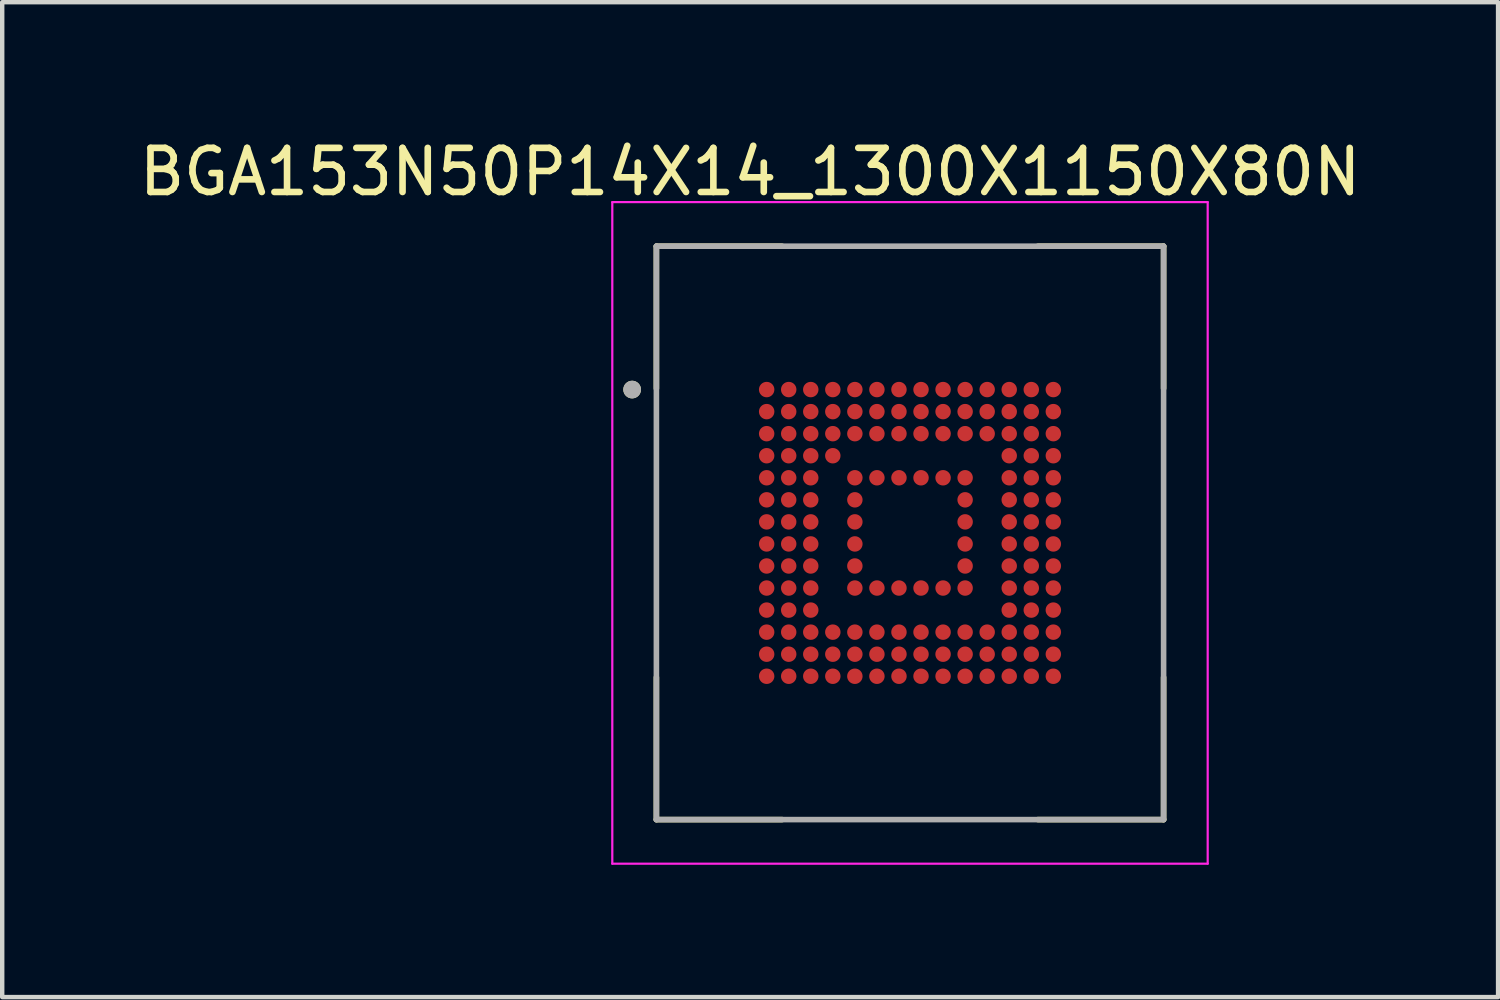
<source format=kicad_pcb>
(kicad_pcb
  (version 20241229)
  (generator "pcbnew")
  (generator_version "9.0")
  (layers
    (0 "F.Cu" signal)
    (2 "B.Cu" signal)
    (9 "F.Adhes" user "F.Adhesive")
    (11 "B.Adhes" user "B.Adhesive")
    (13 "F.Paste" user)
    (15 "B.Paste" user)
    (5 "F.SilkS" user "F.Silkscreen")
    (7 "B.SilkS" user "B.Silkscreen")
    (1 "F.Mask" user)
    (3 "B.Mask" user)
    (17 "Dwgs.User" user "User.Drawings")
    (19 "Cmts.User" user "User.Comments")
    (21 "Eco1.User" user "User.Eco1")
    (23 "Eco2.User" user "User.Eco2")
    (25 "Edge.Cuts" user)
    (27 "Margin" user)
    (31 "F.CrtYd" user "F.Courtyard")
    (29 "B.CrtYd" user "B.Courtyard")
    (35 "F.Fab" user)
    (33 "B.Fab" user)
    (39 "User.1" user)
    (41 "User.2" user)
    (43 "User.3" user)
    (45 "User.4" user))
  (footprint "BGA153N50P14X14_1300X1150X80N"
    (layer "F.Cu")
    (at 17.583 9.033)
    (property "Reference" "BGA153N50P14X14_1300X1150X80N" (at -3.625 -8.185 0) (layer "F.SilkS") (effects (font (size 1 1) (thickness 0.15))))
    (attr through_hole)
    (fp_line (start -5.75 -6.5) (end -5.75 -3.275) (stroke (width 0.127) (type solid)) (layer "F.SilkS"))
    (fp_line (start -5.75 -6.5) (end -2.9 -6.5) (stroke (width 0.127) (type solid)) (layer "F.SilkS"))
    (fp_line (start -5.75 6.5) (end -5.75 3.275) (stroke (width 0.127) (type solid)) (layer "F.SilkS"))
    (fp_line (start -5.75 6.5) (end -2.9 6.5) (stroke (width 0.127) (type solid)) (layer "F.SilkS"))
    (fp_line (start 5.75 -6.5) (end 2.9 -6.5) (stroke (width 0.127) (type solid)) (layer "F.SilkS"))
    (fp_line (start 5.75 -6.5) (end 5.75 -3.275) (stroke (width 0.127) (type solid)) (layer "F.SilkS"))
    (fp_line (start 5.75 6.5) (end 2.9 6.5) (stroke (width 0.127) (type solid)) (layer "F.SilkS"))
    (fp_line (start 5.75 6.5) (end 5.75 3.275) (stroke (width 0.127) (type solid)) (layer "F.SilkS"))
    (fp_circle (center -6.3 -3.25) (end -6.2 -3.25) (stroke (width 0.2) (type solid)) (fill no) (layer "F.SilkS"))
    (fp_line (start -6.75 -7.5) (end 6.75 -7.5) (stroke (width 0.05) (type solid)) (layer "F.CrtYd"))
    (fp_line (start -6.75 7.5) (end -6.75 -7.5) (stroke (width 0.05) (type solid)) (layer "F.CrtYd"))
    (fp_line (start -6.75 7.5) (end 6.75 7.5) (stroke (width 0.05) (type solid)) (layer "F.CrtYd"))
    (fp_line (start 6.75 7.5) (end 6.75 -7.5) (stroke (width 0.05) (type solid)) (layer "F.CrtYd"))
    (fp_line (start -5.75 6.5) (end -5.75 -6.5) (stroke (width 0.127) (type solid)) (layer "F.Fab"))
    (fp_line (start 5.75 -6.5) (end -5.75 -6.5) (stroke (width 0.127) (type solid)) (layer "F.Fab"))
    (fp_line (start 5.75 6.5) (end -5.75 6.5) (stroke (width 0.127) (type solid)) (layer "F.Fab"))
    (fp_line (start 5.75 6.5) (end 5.75 -6.5) (stroke (width 0.127) (type solid)) (layer "F.Fab"))
    (fp_circle (center -6.3 -3.25) (end -6.2 -3.25) (stroke (width 0.2) (type solid)) (fill no) (layer "F.Fab"))
    (pad "A1" smd circle (at -3.25 -3.25) (size 0.35 0.35) (layers "F.Cu" "F.Mask" "F.Paste"))
    (pad "A2" smd circle (at -2.75 -3.25) (size 0.35 0.35) (layers "F.Cu" "F.Mask" "F.Paste"))
    (pad "A3" smd circle (at -2.25 -3.25) (size 0.35 0.35) (layers "F.Cu" "F.Mask" "F.Paste"))
    (pad "A4" smd circle (at -1.75 -3.25) (size 0.35 0.35) (layers "F.Cu" "F.Mask" "F.Paste"))
    (pad "A5" smd circle (at -1.25 -3.25) (size 0.35 0.35) (layers "F.Cu" "F.Mask" "F.Paste"))
    (pad "A6" smd circle (at -0.75 -3.25) (size 0.35 0.35) (layers "F.Cu" "F.Mask" "F.Paste"))
    (pad "A7" smd circle (at -0.25 -3.25) (size 0.35 0.35) (layers "F.Cu" "F.Mask" "F.Paste"))
    (pad "A8" smd circle (at 0.25 -3.25) (size 0.35 0.35) (layers "F.Cu" "F.Mask" "F.Paste"))
    (pad "A9" smd circle (at 0.75 -3.25) (size 0.35 0.35) (layers "F.Cu" "F.Mask" "F.Paste"))
    (pad "A10" smd circle (at 1.25 -3.25) (size 0.35 0.35) (layers "F.Cu" "F.Mask" "F.Paste"))
    (pad "A11" smd circle (at 1.75 -3.25) (size 0.35 0.35) (layers "F.Cu" "F.Mask" "F.Paste"))
    (pad "A12" smd circle (at 2.25 -3.25) (size 0.35 0.35) (layers "F.Cu" "F.Mask" "F.Paste"))
    (pad "A13" smd circle (at 2.75 -3.25) (size 0.35 0.35) (layers "F.Cu" "F.Mask" "F.Paste"))
    (pad "A14" smd circle (at 3.25 -3.25) (size 0.35 0.35) (layers "F.Cu" "F.Mask" "F.Paste"))
    (pad "B1" smd circle (at -3.25 -2.75) (size 0.35 0.35) (layers "F.Cu" "F.Mask" "F.Paste"))
    (pad "B2" smd circle (at -2.75 -2.75) (size 0.35 0.35) (layers "F.Cu" "F.Mask" "F.Paste"))
    (pad "B3" smd circle (at -2.25 -2.75) (size 0.35 0.35) (layers "F.Cu" "F.Mask" "F.Paste"))
    (pad "B4" smd circle (at -1.75 -2.75) (size 0.35 0.35) (layers "F.Cu" "F.Mask" "F.Paste"))
    (pad "B5" smd circle (at -1.25 -2.75) (size 0.35 0.35) (layers "F.Cu" "F.Mask" "F.Paste"))
    (pad "B6" smd circle (at -0.75 -2.75) (size 0.35 0.35) (layers "F.Cu" "F.Mask" "F.Paste"))
    (pad "B7" smd circle (at -0.25 -2.75) (size 0.35 0.35) (layers "F.Cu" "F.Mask" "F.Paste"))
    (pad "B8" smd circle (at 0.25 -2.75) (size 0.35 0.35) (layers "F.Cu" "F.Mask" "F.Paste"))
    (pad "B9" smd circle (at 0.75 -2.75) (size 0.35 0.35) (layers "F.Cu" "F.Mask" "F.Paste"))
    (pad "B10" smd circle (at 1.25 -2.75) (size 0.35 0.35) (layers "F.Cu" "F.Mask" "F.Paste"))
    (pad "B11" smd circle (at 1.75 -2.75) (size 0.35 0.35) (layers "F.Cu" "F.Mask" "F.Paste"))
    (pad "B12" smd circle (at 2.25 -2.75) (size 0.35 0.35) (layers "F.Cu" "F.Mask" "F.Paste"))
    (pad "B13" smd circle (at 2.75 -2.75) (size 0.35 0.35) (layers "F.Cu" "F.Mask" "F.Paste"))
    (pad "B14" smd circle (at 3.25 -2.75) (size 0.35 0.35) (layers "F.Cu" "F.Mask" "F.Paste"))
    (pad "C1" smd circle (at -3.25 -2.25) (size 0.35 0.35) (layers "F.Cu" "F.Mask" "F.Paste"))
    (pad "C2" smd circle (at -2.75 -2.25) (size 0.35 0.35) (layers "F.Cu" "F.Mask" "F.Paste"))
    (pad "C3" smd circle (at -2.25 -2.25) (size 0.35 0.35) (layers "F.Cu" "F.Mask" "F.Paste"))
    (pad "C4" smd circle (at -1.75 -2.25) (size 0.35 0.35) (layers "F.Cu" "F.Mask" "F.Paste"))
    (pad "C5" smd circle (at -1.25 -2.25) (size 0.35 0.35) (layers "F.Cu" "F.Mask" "F.Paste"))
    (pad "C6" smd circle (at -0.75 -2.25) (size 0.35 0.35) (layers "F.Cu" "F.Mask" "F.Paste"))
    (pad "C7" smd circle (at -0.25 -2.25) (size 0.35 0.35) (layers "F.Cu" "F.Mask" "F.Paste"))
    (pad "C8" smd circle (at 0.25 -2.25) (size 0.35 0.35) (layers "F.Cu" "F.Mask" "F.Paste"))
    (pad "C9" smd circle (at 0.75 -2.25) (size 0.35 0.35) (layers "F.Cu" "F.Mask" "F.Paste"))
    (pad "C10" smd circle (at 1.25 -2.25) (size 0.35 0.35) (layers "F.Cu" "F.Mask" "F.Paste"))
    (pad "C11" smd circle (at 1.75 -2.25) (size 0.35 0.35) (layers "F.Cu" "F.Mask" "F.Paste"))
    (pad "C12" smd circle (at 2.25 -2.25) (size 0.35 0.35) (layers "F.Cu" "F.Mask" "F.Paste"))
    (pad "C13" smd circle (at 2.75 -2.25) (size 0.35 0.35) (layers "F.Cu" "F.Mask" "F.Paste"))
    (pad "C14" smd circle (at 3.25 -2.25) (size 0.35 0.35) (layers "F.Cu" "F.Mask" "F.Paste"))
    (pad "D1" smd circle (at -3.25 -1.75) (size 0.35 0.35) (layers "F.Cu" "F.Mask" "F.Paste"))
    (pad "D2" smd circle (at -2.75 -1.75) (size 0.35 0.35) (layers "F.Cu" "F.Mask" "F.Paste"))
    (pad "D3" smd circle (at -2.25 -1.75) (size 0.35 0.35) (layers "F.Cu" "F.Mask" "F.Paste"))
    (pad "D4" smd circle (at -1.75 -1.75) (size 0.35 0.35) (layers "F.Cu" "F.Mask" "F.Paste"))
    (pad "D12" smd circle (at 2.25 -1.75) (size 0.35 0.35) (layers "F.Cu" "F.Mask" "F.Paste"))
    (pad "D13" smd circle (at 2.75 -1.75) (size 0.35 0.35) (layers "F.Cu" "F.Mask" "F.Paste"))
    (pad "D14" smd circle (at 3.25 -1.75) (size 0.35 0.35) (layers "F.Cu" "F.Mask" "F.Paste"))
    (pad "E1" smd circle (at -3.25 -1.25) (size 0.35 0.35) (layers "F.Cu" "F.Mask" "F.Paste"))
    (pad "E2" smd circle (at -2.75 -1.25) (size 0.35 0.35) (layers "F.Cu" "F.Mask" "F.Paste"))
    (pad "E3" smd circle (at -2.25 -1.25) (size 0.35 0.35) (layers "F.Cu" "F.Mask" "F.Paste"))
    (pad "E5" smd circle (at -1.25 -1.25) (size 0.35 0.35) (layers "F.Cu" "F.Mask" "F.Paste"))
    (pad "E6" smd circle (at -0.75 -1.25) (size 0.35 0.35) (layers "F.Cu" "F.Mask" "F.Paste"))
    (pad "E7" smd circle (at -0.25 -1.25) (size 0.35 0.35) (layers "F.Cu" "F.Mask" "F.Paste"))
    (pad "E8" smd circle (at 0.25 -1.25) (size 0.35 0.35) (layers "F.Cu" "F.Mask" "F.Paste"))
    (pad "E9" smd circle (at 0.75 -1.25) (size 0.35 0.35) (layers "F.Cu" "F.Mask" "F.Paste"))
    (pad "E10" smd circle (at 1.25 -1.25) (size 0.35 0.35) (layers "F.Cu" "F.Mask" "F.Paste"))
    (pad "E12" smd circle (at 2.25 -1.25) (size 0.35 0.35) (layers "F.Cu" "F.Mask" "F.Paste"))
    (pad "E13" smd circle (at 2.75 -1.25) (size 0.35 0.35) (layers "F.Cu" "F.Mask" "F.Paste"))
    (pad "E14" smd circle (at 3.25 -1.25) (size 0.35 0.35) (layers "F.Cu" "F.Mask" "F.Paste"))
    (pad "F1" smd circle (at -3.25 -0.75) (size 0.35 0.35) (layers "F.Cu" "F.Mask" "F.Paste"))
    (pad "F2" smd circle (at -2.75 -0.75) (size 0.35 0.35) (layers "F.Cu" "F.Mask" "F.Paste"))
    (pad "F3" smd circle (at -2.25 -0.75) (size 0.35 0.35) (layers "F.Cu" "F.Mask" "F.Paste"))
    (pad "F5" smd circle (at -1.25 -0.75) (size 0.35 0.35) (layers "F.Cu" "F.Mask" "F.Paste"))
    (pad "F10" smd circle (at 1.25 -0.75) (size 0.35 0.35) (layers "F.Cu" "F.Mask" "F.Paste"))
    (pad "F12" smd circle (at 2.25 -0.75) (size 0.35 0.35) (layers "F.Cu" "F.Mask" "F.Paste"))
    (pad "F13" smd circle (at 2.75 -0.75) (size 0.35 0.35) (layers "F.Cu" "F.Mask" "F.Paste"))
    (pad "F14" smd circle (at 3.25 -0.75) (size 0.35 0.35) (layers "F.Cu" "F.Mask" "F.Paste"))
    (pad "G1" smd circle (at -3.25 -0.25) (size 0.35 0.35) (layers "F.Cu" "F.Mask" "F.Paste"))
    (pad "G2" smd circle (at -2.75 -0.25) (size 0.35 0.35) (layers "F.Cu" "F.Mask" "F.Paste"))
    (pad "G3" smd circle (at -2.25 -0.25) (size 0.35 0.35) (layers "F.Cu" "F.Mask" "F.Paste"))
    (pad "G5" smd circle (at -1.25 -0.25) (size 0.35 0.35) (layers "F.Cu" "F.Mask" "F.Paste"))
    (pad "G10" smd circle (at 1.25 -0.25) (size 0.35 0.35) (layers "F.Cu" "F.Mask" "F.Paste"))
    (pad "G12" smd circle (at 2.25 -0.25) (size 0.35 0.35) (layers "F.Cu" "F.Mask" "F.Paste"))
    (pad "G13" smd circle (at 2.75 -0.25) (size 0.35 0.35) (layers "F.Cu" "F.Mask" "F.Paste"))
    (pad "G14" smd circle (at 3.25 -0.25) (size 0.35 0.35) (layers "F.Cu" "F.Mask" "F.Paste"))
    (pad "H1" smd circle (at -3.25 0.25) (size 0.35 0.35) (layers "F.Cu" "F.Mask" "F.Paste"))
    (pad "H2" smd circle (at -2.75 0.25) (size 0.35 0.35) (layers "F.Cu" "F.Mask" "F.Paste"))
    (pad "H3" smd circle (at -2.25 0.25) (size 0.35 0.35) (layers "F.Cu" "F.Mask" "F.Paste"))
    (pad "H5" smd circle (at -1.25 0.25) (size 0.35 0.35) (layers "F.Cu" "F.Mask" "F.Paste"))
    (pad "H10" smd circle (at 1.25 0.25) (size 0.35 0.35) (layers "F.Cu" "F.Mask" "F.Paste"))
    (pad "H12" smd circle (at 2.25 0.25) (size 0.35 0.35) (layers "F.Cu" "F.Mask" "F.Paste"))
    (pad "H13" smd circle (at 2.75 0.25) (size 0.35 0.35) (layers "F.Cu" "F.Mask" "F.Paste"))
    (pad "H14" smd circle (at 3.25 0.25) (size 0.35 0.35) (layers "F.Cu" "F.Mask" "F.Paste"))
    (pad "J1" smd circle (at -3.25 0.75) (size 0.35 0.35) (layers "F.Cu" "F.Mask" "F.Paste"))
    (pad "J2" smd circle (at -2.75 0.75) (size 0.35 0.35) (layers "F.Cu" "F.Mask" "F.Paste"))
    (pad "J3" smd circle (at -2.25 0.75) (size 0.35 0.35) (layers "F.Cu" "F.Mask" "F.Paste"))
    (pad "J5" smd circle (at -1.25 0.75) (size 0.35 0.35) (layers "F.Cu" "F.Mask" "F.Paste"))
    (pad "J10" smd circle (at 1.25 0.75) (size 0.35 0.35) (layers "F.Cu" "F.Mask" "F.Paste"))
    (pad "J12" smd circle (at 2.25 0.75) (size 0.35 0.35) (layers "F.Cu" "F.Mask" "F.Paste"))
    (pad "J13" smd circle (at 2.75 0.75) (size 0.35 0.35) (layers "F.Cu" "F.Mask" "F.Paste"))
    (pad "J14" smd circle (at 3.25 0.75) (size 0.35 0.35) (layers "F.Cu" "F.Mask" "F.Paste"))
    (pad "K1" smd circle (at -3.25 1.25) (size 0.35 0.35) (layers "F.Cu" "F.Mask" "F.Paste"))
    (pad "K2" smd circle (at -2.75 1.25) (size 0.35 0.35) (layers "F.Cu" "F.Mask" "F.Paste"))
    (pad "K3" smd circle (at -2.25 1.25) (size 0.35 0.35) (layers "F.Cu" "F.Mask" "F.Paste"))
    (pad "K5" smd circle (at -1.25 1.25) (size 0.35 0.35) (layers "F.Cu" "F.Mask" "F.Paste"))
    (pad "K6" smd circle (at -0.75 1.25) (size 0.35 0.35) (layers "F.Cu" "F.Mask" "F.Paste"))
    (pad "K7" smd circle (at -0.25 1.25) (size 0.35 0.35) (layers "F.Cu" "F.Mask" "F.Paste"))
    (pad "K8" smd circle (at 0.25 1.25) (size 0.35 0.35) (layers "F.Cu" "F.Mask" "F.Paste"))
    (pad "K9" smd circle (at 0.75 1.25) (size 0.35 0.35) (layers "F.Cu" "F.Mask" "F.Paste"))
    (pad "K10" smd circle (at 1.25 1.25) (size 0.35 0.35) (layers "F.Cu" "F.Mask" "F.Paste"))
    (pad "K12" smd circle (at 2.25 1.25) (size 0.35 0.35) (layers "F.Cu" "F.Mask" "F.Paste"))
    (pad "K13" smd circle (at 2.75 1.25) (size 0.35 0.35) (layers "F.Cu" "F.Mask" "F.Paste"))
    (pad "K14" smd circle (at 3.25 1.25) (size 0.35 0.35) (layers "F.Cu" "F.Mask" "F.Paste"))
    (pad "L1" smd circle (at -3.25 1.75) (size 0.35 0.35) (layers "F.Cu" "F.Mask" "F.Paste"))
    (pad "L2" smd circle (at -2.75 1.75) (size 0.35 0.35) (layers "F.Cu" "F.Mask" "F.Paste"))
    (pad "L3" smd circle (at -2.25 1.75) (size 0.35 0.35) (layers "F.Cu" "F.Mask" "F.Paste"))
    (pad "L12" smd circle (at 2.25 1.75) (size 0.35 0.35) (layers "F.Cu" "F.Mask" "F.Paste"))
    (pad "L13" smd circle (at 2.75 1.75) (size 0.35 0.35) (layers "F.Cu" "F.Mask" "F.Paste"))
    (pad "L14" smd circle (at 3.25 1.75) (size 0.35 0.35) (layers "F.Cu" "F.Mask" "F.Paste"))
    (pad "M1" smd circle (at -3.25 2.25) (size 0.35 0.35) (layers "F.Cu" "F.Mask" "F.Paste"))
    (pad "M2" smd circle (at -2.75 2.25) (size 0.35 0.35) (layers "F.Cu" "F.Mask" "F.Paste"))
    (pad "M3" smd circle (at -2.25 2.25) (size 0.35 0.35) (layers "F.Cu" "F.Mask" "F.Paste"))
    (pad "M4" smd circle (at -1.75 2.25) (size 0.35 0.35) (layers "F.Cu" "F.Mask" "F.Paste"))
    (pad "M5" smd circle (at -1.25 2.25) (size 0.35 0.35) (layers "F.Cu" "F.Mask" "F.Paste"))
    (pad "M6" smd circle (at -0.75 2.25) (size 0.35 0.35) (layers "F.Cu" "F.Mask" "F.Paste"))
    (pad "M7" smd circle (at -0.25 2.25) (size 0.35 0.35) (layers "F.Cu" "F.Mask" "F.Paste"))
    (pad "M8" smd circle (at 0.25 2.25) (size 0.35 0.35) (layers "F.Cu" "F.Mask" "F.Paste"))
    (pad "M9" smd circle (at 0.75 2.25) (size 0.35 0.35) (layers "F.Cu" "F.Mask" "F.Paste"))
    (pad "M10" smd circle (at 1.25 2.25) (size 0.35 0.35) (layers "F.Cu" "F.Mask" "F.Paste"))
    (pad "M11" smd circle (at 1.75 2.25) (size 0.35 0.35) (layers "F.Cu" "F.Mask" "F.Paste"))
    (pad "M12" smd circle (at 2.25 2.25) (size 0.35 0.35) (layers "F.Cu" "F.Mask" "F.Paste"))
    (pad "M13" smd circle (at 2.75 2.25) (size 0.35 0.35) (layers "F.Cu" "F.Mask" "F.Paste"))
    (pad "M14" smd circle (at 3.25 2.25) (size 0.35 0.35) (layers "F.Cu" "F.Mask" "F.Paste"))
    (pad "N1" smd circle (at -3.25 2.75) (size 0.35 0.35) (layers "F.Cu" "F.Mask" "F.Paste"))
    (pad "N2" smd circle (at -2.75 2.75) (size 0.35 0.35) (layers "F.Cu" "F.Mask" "F.Paste"))
    (pad "N3" smd circle (at -2.25 2.75) (size 0.35 0.35) (layers "F.Cu" "F.Mask" "F.Paste"))
    (pad "N4" smd circle (at -1.75 2.75) (size 0.35 0.35) (layers "F.Cu" "F.Mask" "F.Paste"))
    (pad "N5" smd circle (at -1.25 2.75) (size 0.35 0.35) (layers "F.Cu" "F.Mask" "F.Paste"))
    (pad "N6" smd circle (at -0.75 2.75) (size 0.35 0.35) (layers "F.Cu" "F.Mask" "F.Paste"))
    (pad "N7" smd circle (at -0.25 2.75) (size 0.35 0.35) (layers "F.Cu" "F.Mask" "F.Paste"))
    (pad "N8" smd circle (at 0.25 2.75) (size 0.35 0.35) (layers "F.Cu" "F.Mask" "F.Paste"))
    (pad "N9" smd circle (at 0.75 2.75) (size 0.35 0.35) (layers "F.Cu" "F.Mask" "F.Paste"))
    (pad "N10" smd circle (at 1.25 2.75) (size 0.35 0.35) (layers "F.Cu" "F.Mask" "F.Paste"))
    (pad "N11" smd circle (at 1.75 2.75) (size 0.35 0.35) (layers "F.Cu" "F.Mask" "F.Paste"))
    (pad "N12" smd circle (at 2.25 2.75) (size 0.35 0.35) (layers "F.Cu" "F.Mask" "F.Paste"))
    (pad "N13" smd circle (at 2.75 2.75) (size 0.35 0.35) (layers "F.Cu" "F.Mask" "F.Paste"))
    (pad "N14" smd circle (at 3.25 2.75) (size 0.35 0.35) (layers "F.Cu" "F.Mask" "F.Paste"))
    (pad "P1" smd circle (at -3.25 3.25) (size 0.35 0.35) (layers "F.Cu" "F.Mask" "F.Paste"))
    (pad "P2" smd circle (at -2.75 3.25) (size 0.35 0.35) (layers "F.Cu" "F.Mask" "F.Paste"))
    (pad "P3" smd circle (at -2.25 3.25) (size 0.35 0.35) (layers "F.Cu" "F.Mask" "F.Paste"))
    (pad "P4" smd circle (at -1.75 3.25) (size 0.35 0.35) (layers "F.Cu" "F.Mask" "F.Paste"))
    (pad "P5" smd circle (at -1.25 3.25) (size 0.35 0.35) (layers "F.Cu" "F.Mask" "F.Paste"))
    (pad "P6" smd circle (at -0.75 3.25) (size 0.35 0.35) (layers "F.Cu" "F.Mask" "F.Paste"))
    (pad "P7" smd circle (at -0.25 3.25) (size 0.35 0.35) (layers "F.Cu" "F.Mask" "F.Paste"))
    (pad "P8" smd circle (at 0.25 3.25) (size 0.35 0.35) (layers "F.Cu" "F.Mask" "F.Paste"))
    (pad "P9" smd circle (at 0.75 3.25) (size 0.35 0.35) (layers "F.Cu" "F.Mask" "F.Paste"))
    (pad "P10" smd circle (at 1.25 3.25) (size 0.35 0.35) (layers "F.Cu" "F.Mask" "F.Paste"))
    (pad "P11" smd circle (at 1.75 3.25) (size 0.35 0.35) (layers "F.Cu" "F.Mask" "F.Paste"))
    (pad "P12" smd circle (at 2.25 3.25) (size 0.35 0.35) (layers "F.Cu" "F.Mask" "F.Paste"))
    (pad "P13" smd circle (at 2.75 3.25) (size 0.35 0.35) (layers "F.Cu" "F.Mask" "F.Paste"))
    (pad "P14" smd circle (at 3.25 3.25) (size 0.35 0.35) (layers "F.Cu" "F.Mask" "F.Paste")))
  (gr_rect
    (start -3 -3)
    (end 30.917 19.558)
    (stroke (width 0.1) (type default))
    (fill no)
    (layer "Edge.Cuts")))
</source>
